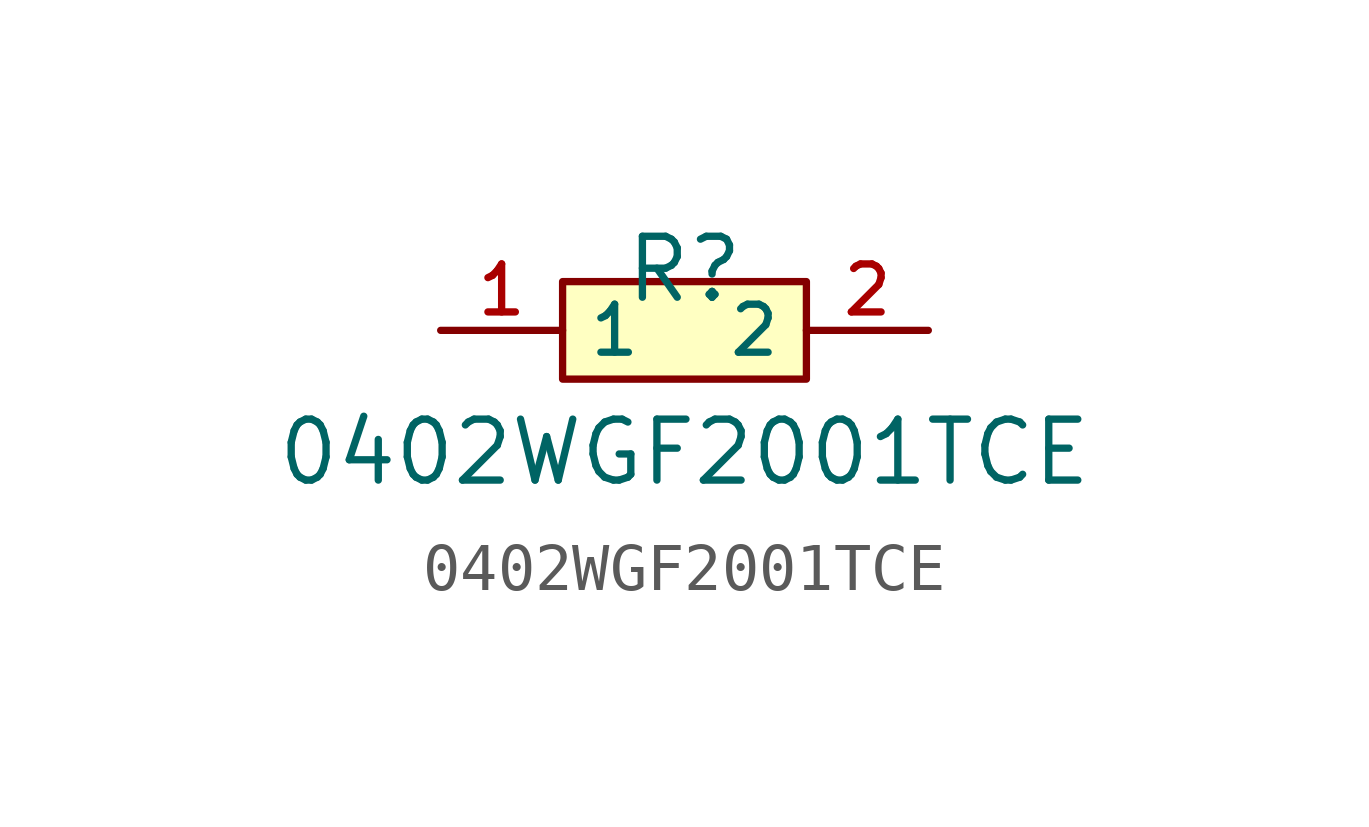
<source format=kicad_sym>
(kicad_symbol_lib
  (version 20210201)
  (generator TousstNicolas/JLC2KiCad_lib)
  (symbol "0402WGF2001TCE"
    (property "Reference" "R"
      (at 0 1.27 0)
      (effects (font (size 1.27 1.27))))
    (property "Value" "0402WGF2001TCE"
      (at 0 -2.54 0)
      (effects (font (size 1.27 1.27))))
    (symbol "0402WGF2001TCE_0_1"
      (pin input line (at 5.08 -0.0 180) (length 2.54) (name "2" (effects (font (size 1 1)))) (number "2" (effects (font (size 1 1)))))
      (pin input line (at -5.08 -0.0 0) (length 2.54) (name "1" (effects (font (size 1 1)))) (number "1" (effects (font (size 1 1)))))
      (rectangle (start -2.54 1.016) (end 2.54 -1.016) (stroke (width 0) (type default) (color 0 0 0 0)) (fill (type background))))))
</source>
